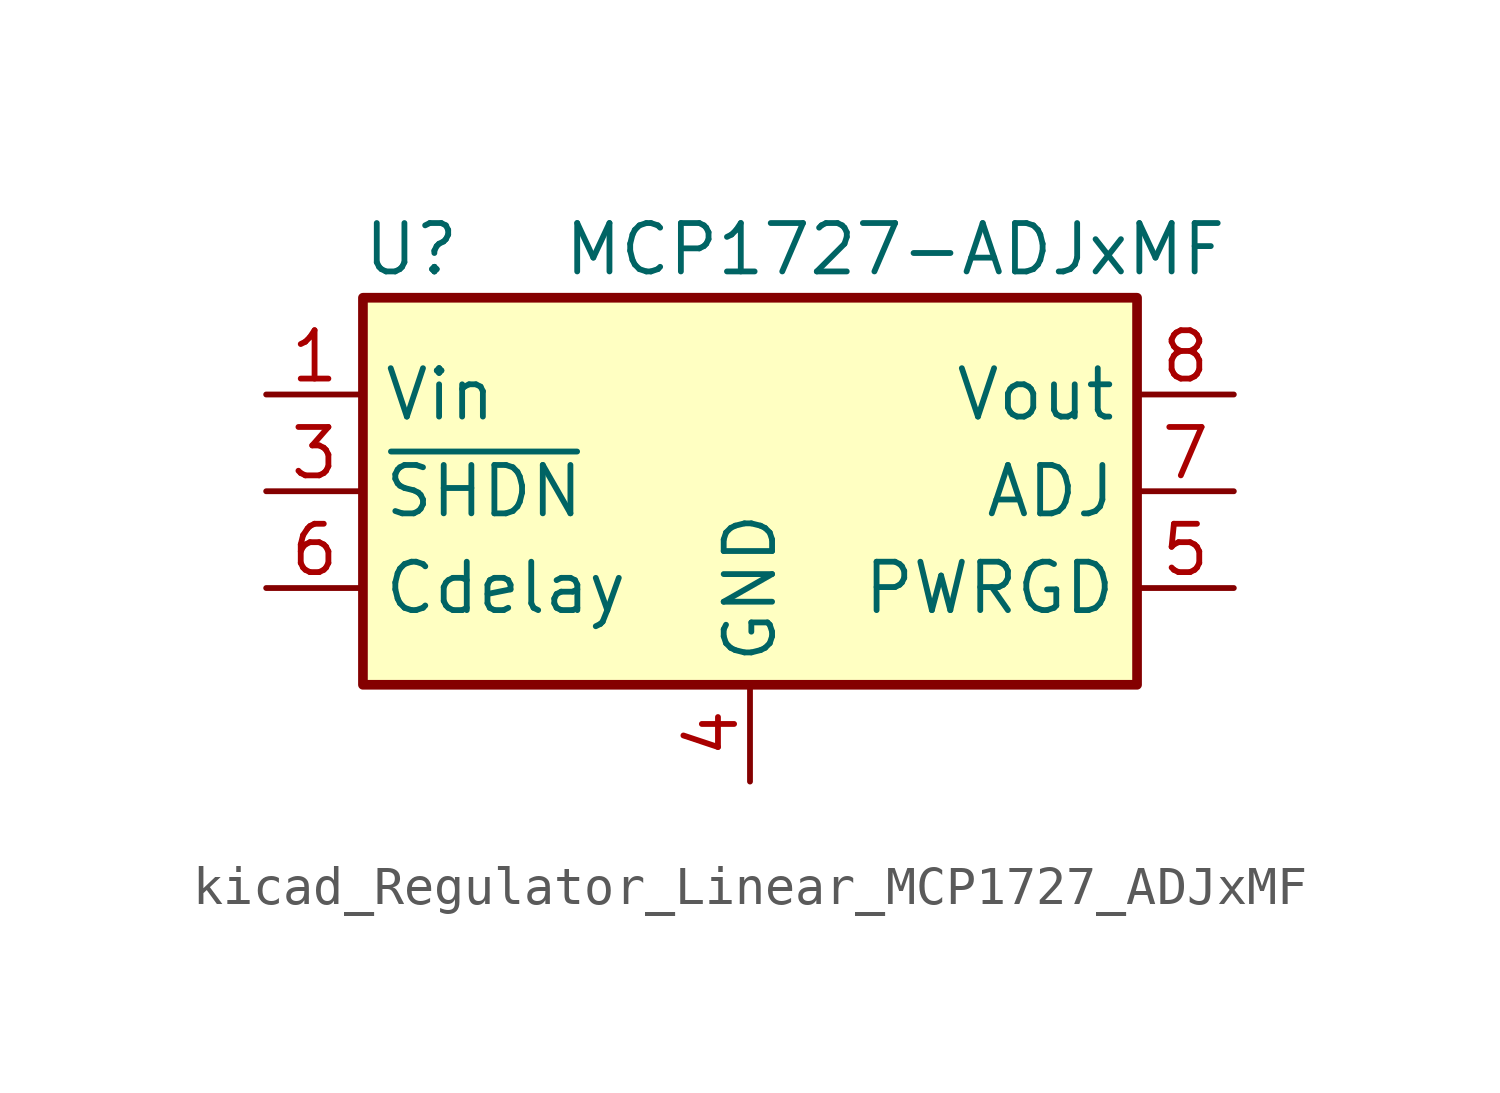
<source format=kicad_sym>
(kicad_symbol_lib
  (version 20220914)
  (generator kicad_symbol_editor)
  (symbol "kicad_Regulator_Linear_MCP1727_ADJxMF"
    (property "Reference" "U"
      (at -8.89 6.35 0)
      (effects (font (size 1.27 1.27))))
    (property "Value" "MCP1727-ADJxMF"
      (at 3.81 6.35 0)
      (effects (font (size 1.27 1.27))))
    (symbol "kicad_Regulator_Linear_MCP1727_ADJxMF_0_0"
      (pin power_in line (at 0 -7.62 90) (length 2.54) (name "GND" (effects (font (size 1.27 1.27)))) (number "4" (effects (font (size 1.27 1.27)))))
      (pin open_collector line (at 12.7 -2.54 180) (length 2.54) (name "PWRGD" (effects (font (size 1.27 1.27)))) (number "5" (effects (font (size 1.27 1.27)))))
      (pin input line (at -12.7 -2.54 0) (length 2.54) (name "Cdelay" (effects (font (size 1.27 1.27)))) (number "6" (effects (font (size 1.27 1.27)))))
      (pin input line (at 12.7 0 180) (length 2.54) (name "ADJ" (effects (font (size 1.27 1.27)))) (number "7" (effects (font (size 1.27 1.27)))))
      (pin power_out line (at 12.7 2.54 180) (length 2.54) (name "Vout" (effects (font (size 1.27 1.27)))) (number "8" (effects (font (size 1.27 1.27)))))
      (pin passive line (at 0 -7.62 90) (length 2.54) hide (name "GND" (effects (font (size 1.27 1.27)))) (number "9" (effects (font (size 1.27 1.27))))))
    (symbol "kicad_Regulator_Linear_MCP1727_ADJxMF_0_1"
      (rectangle (start -10.16 5.08) (end 10.16 -5.08) (stroke (width 0.254) (type default)) (fill (type background))))
    (symbol "kicad_Regulator_Linear_MCP1727_ADJxMF_1_1"
      (pin power_in line (at -12.7 2.54 0) (length 2.54) (name "Vin" (effects (font (size 1.27 1.27)))) (number "1" (effects (font (size 1.27 1.27)))))
      (pin passive line (at -12.7 2.54 0) (length 2.54) hide (name "Vin" (effects (font (size 1.27 1.27)))) (number "2" (effects (font (size 1.27 1.27)))))
      (pin input line (at -12.7 0 0) (length 2.54) (name "~{SHDN}" (effects (font (size 1.27 1.27)))) (number "3" (effects (font (size 1.27 1.27))))))))
</source>
